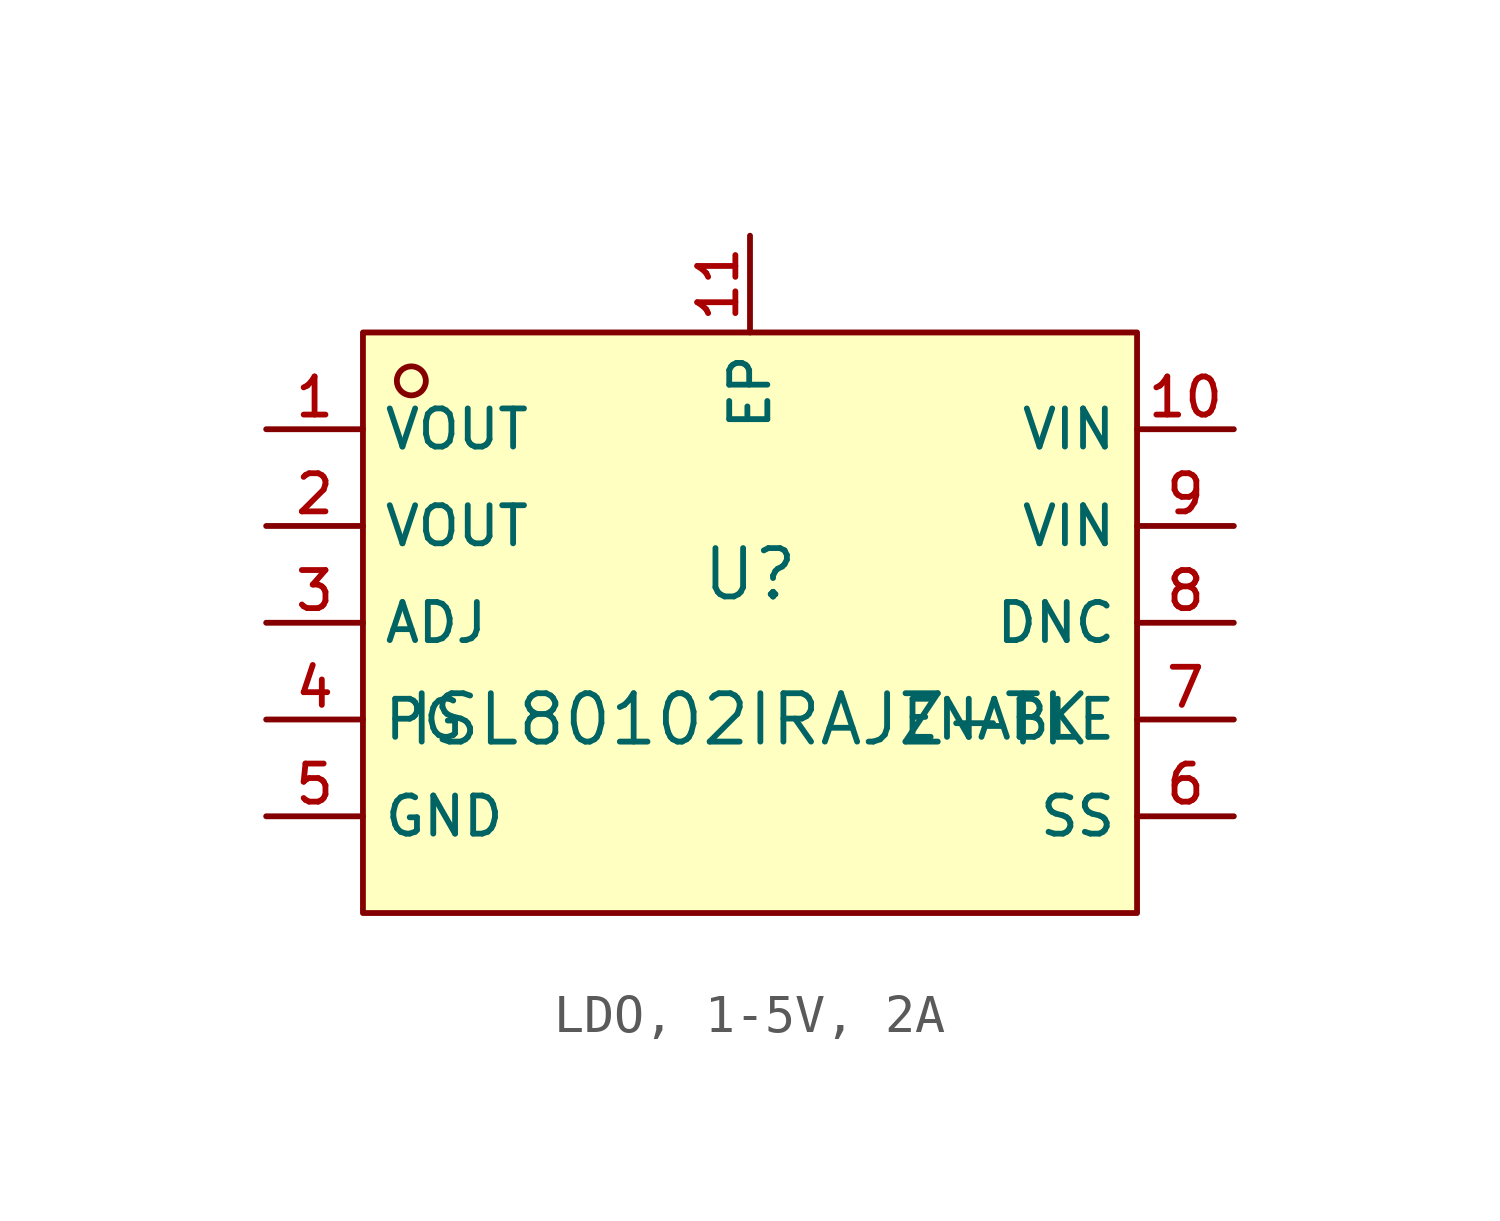
<source format=kicad_sym>
(kicad_symbol_lib
  (version 20231120)
  (generator "CDFER_Archive_Tool")
  (generator_version "0.0")
  (symbol "LDO, 1-5V, 2A"
    (property "Reference" "U"
      (at 0 1.27 0)
      (effects (font (size 1.27 1.27))))
    (property "Value" "ISL80102IRAJZ-TK"
      (at 0 -2.54 0)
      (effects (font (size 1.27 1.27))))
    (symbol "LDO, 1-5V, 2A_0_1"
      (rectangle (start -10.16 7.62) (end 10.16 -7.62) (stroke (width 0) (type default)) (fill (type background)))
      (circle (center -8.89 6.35) (radius 0.381) (stroke (width 0) (type default)) (fill (type background)))
      (pin unspecified line (at -12.7 5.08 0) (length 2.54) (name "VOUT" (effects (font (size 1 1)))) (number "1" (effects (font (size 1 1)))))
      (pin unspecified line (at 12.7 5.08 180) (length 2.54) (name "VIN" (effects (font (size 1 1)))) (number "10" (effects (font (size 1 1)))))
      (pin unspecified line (at 0 10.16 270) (length 2.54) (name "EP" (effects (font (size 1 1)))) (number "11" (effects (font (size 1 1)))))
      (pin unspecified line (at -12.7 2.54 0) (length 2.54) (name "VOUT" (effects (font (size 1 1)))) (number "2" (effects (font (size 1 1)))))
      (pin unspecified line (at -12.7 0 0) (length 2.54) (name "ADJ" (effects (font (size 1 1)))) (number "3" (effects (font (size 1 1)))))
      (pin unspecified line (at -12.7 -2.54 0) (length 2.54) (name "PG" (effects (font (size 1 1)))) (number "4" (effects (font (size 1 1)))))
      (pin unspecified line (at -12.7 -5.08 0) (length 2.54) (name "GND" (effects (font (size 1 1)))) (number "5" (effects (font (size 1 1)))))
      (pin unspecified line (at 12.7 -5.08 180) (length 2.54) (name "SS" (effects (font (size 1 1)))) (number "6" (effects (font (size 1 1)))))
      (pin unspecified line (at 12.7 -2.54 180) (length 2.54) (name "ENABLE" (effects (font (size 1 1)))) (number "7" (effects (font (size 1 1)))))
      (pin unspecified line (at 12.7 0 180) (length 2.54) (name "DNC" (effects (font (size 1 1)))) (number "8" (effects (font (size 1 1)))))
      (pin unspecified line (at 12.7 2.54 180) (length 2.54) (name "VIN" (effects (font (size 1 1)))) (number "9" (effects (font (size 1 1))))))))
</source>
